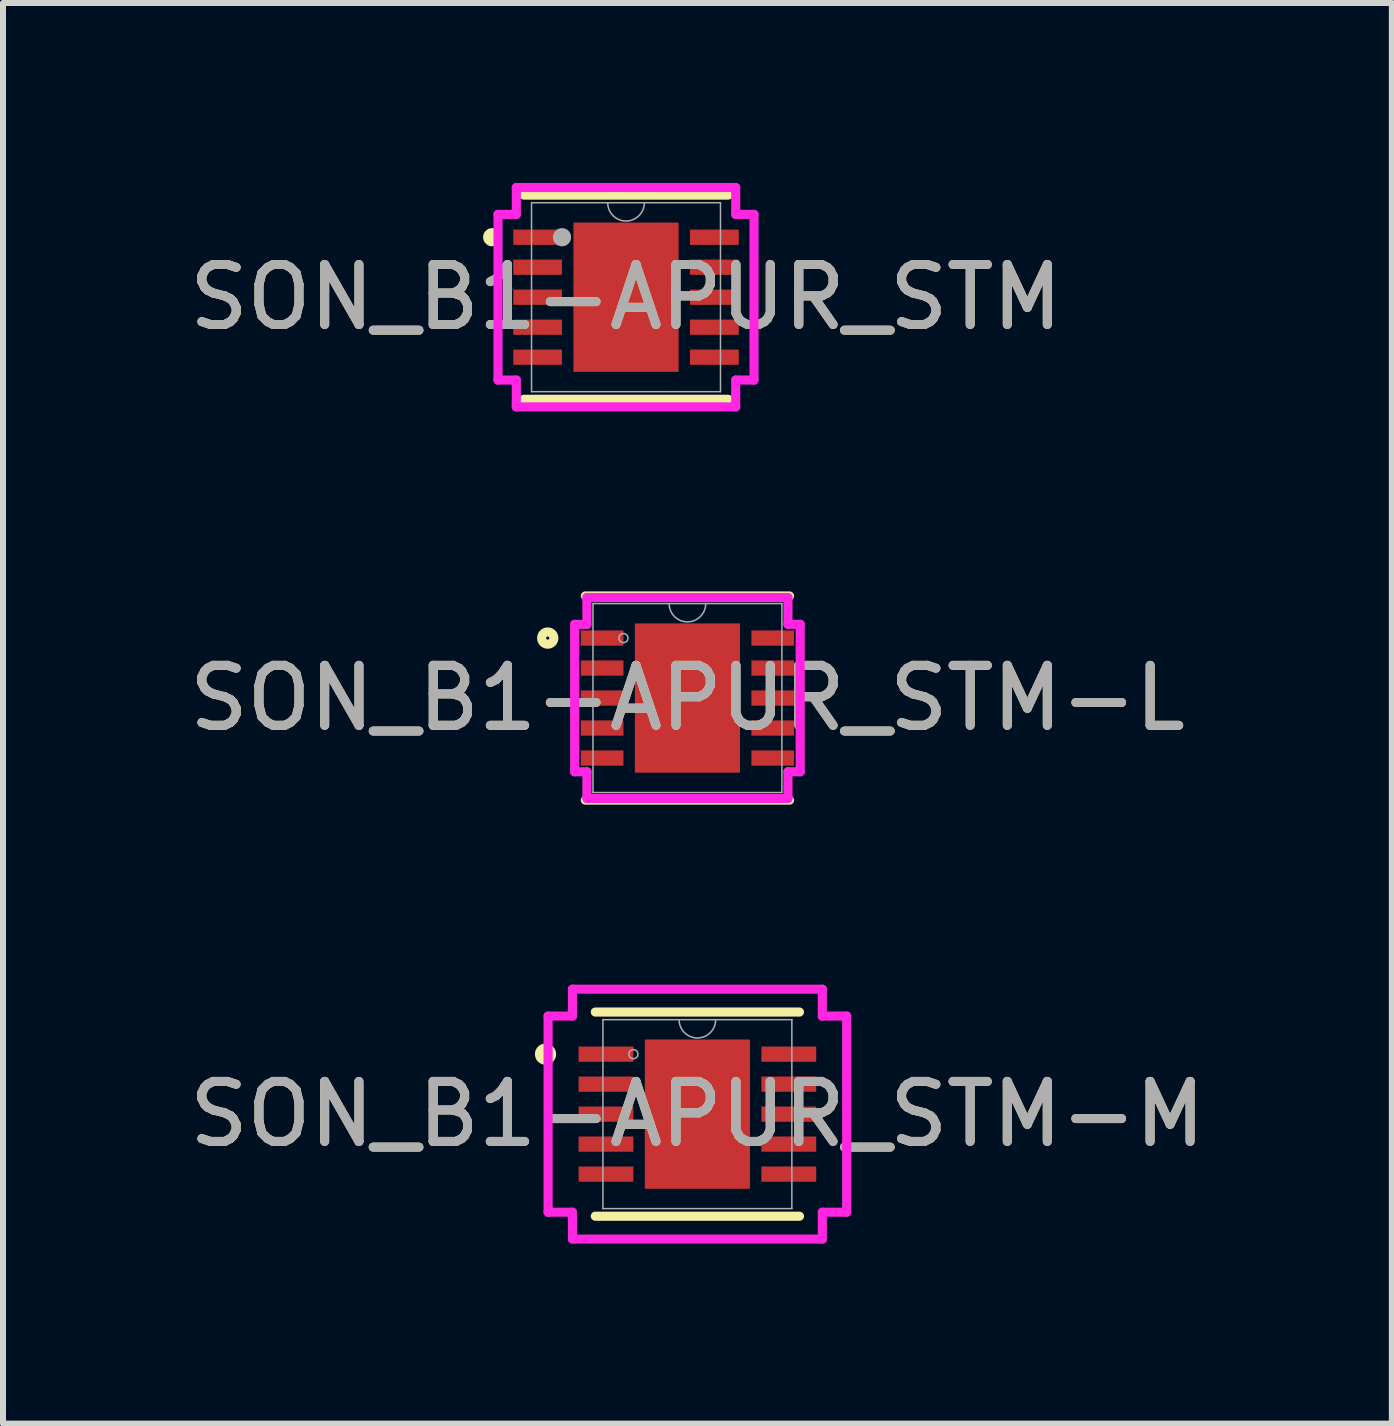
<source format=kicad_pcb>
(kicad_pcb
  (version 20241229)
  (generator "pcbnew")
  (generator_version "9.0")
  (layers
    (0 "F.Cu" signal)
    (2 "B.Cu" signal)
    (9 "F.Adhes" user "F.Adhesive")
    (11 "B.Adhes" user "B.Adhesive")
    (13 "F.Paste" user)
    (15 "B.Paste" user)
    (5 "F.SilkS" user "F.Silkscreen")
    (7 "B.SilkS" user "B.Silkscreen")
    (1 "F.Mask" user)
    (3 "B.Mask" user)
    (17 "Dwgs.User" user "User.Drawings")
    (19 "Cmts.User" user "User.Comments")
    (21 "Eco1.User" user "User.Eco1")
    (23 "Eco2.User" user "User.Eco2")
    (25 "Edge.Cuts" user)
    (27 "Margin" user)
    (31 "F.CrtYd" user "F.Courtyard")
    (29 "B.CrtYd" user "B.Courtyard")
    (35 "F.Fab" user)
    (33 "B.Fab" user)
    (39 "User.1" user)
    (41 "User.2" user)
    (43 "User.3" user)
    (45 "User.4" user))
  (footprint "SON_B1-APUR_STM-L"
    (layer "F.Cu")
    (at 8.411 8.588)
    (property "Reference" "SON_B1-APUR_STM-L" (at 0 0 0) (unlocked yes) (layer "F.SilkS") (effects (font (size 1 1) (thickness 0.15))))
    (attr smd)
    (fp_line (start -1.702 1.702) (end 1.702 1.702) (stroke (width 0.152) (type solid)) (layer "F.SilkS"))
    (fp_line (start 1.702 -1.702) (end -1.702 -1.702) (stroke (width 0.152) (type solid)) (layer "F.SilkS"))
    (fp_circle (center -2.329 -1) (end -2.227 -1) (stroke (width 0.152) (type solid)) (fill no) (layer "F.SilkS"))
    (fp_line (start -1.88 -1.229) (end -1.676 -1.229) (stroke (width 0.152) (type solid)) (layer "F.CrtYd"))
    (fp_line (start -1.88 1.229) (end -1.88 -1.229) (stroke (width 0.152) (type solid)) (layer "F.CrtYd"))
    (fp_line (start -1.88 1.229) (end -1.676 1.229) (stroke (width 0.152) (type solid)) (layer "F.CrtYd"))
    (fp_line (start -1.676 -1.676) (end 1.676 -1.676) (stroke (width 0.152) (type solid)) (layer "F.CrtYd"))
    (fp_line (start -1.676 -1.229) (end -1.676 -1.676) (stroke (width 0.152) (type solid)) (layer "F.CrtYd"))
    (fp_line (start -1.676 1.676) (end -1.676 1.229) (stroke (width 0.152) (type solid)) (layer "F.CrtYd"))
    (fp_line (start 1.676 -1.676) (end 1.676 -1.229) (stroke (width 0.152) (type solid)) (layer "F.CrtYd"))
    (fp_line (start 1.676 1.229) (end 1.676 1.676) (stroke (width 0.152) (type solid)) (layer "F.CrtYd"))
    (fp_line (start 1.676 1.676) (end -1.676 1.676) (stroke (width 0.152) (type solid)) (layer "F.CrtYd"))
    (fp_line (start 1.88 -1.229) (end 1.676 -1.229) (stroke (width 0.152) (type solid)) (layer "F.CrtYd"))
    (fp_line (start 1.88 -1.229) (end 1.88 1.229) (stroke (width 0.152) (type solid)) (layer "F.CrtYd"))
    (fp_line (start 1.88 1.229) (end 1.676 1.229) (stroke (width 0.152) (type solid)) (layer "F.CrtYd"))
    (fp_line (start -1.575 -1.575) (end -1.575 1.575) (stroke (width 0.025) (type solid)) (layer "F.Fab"))
    (fp_line (start -1.575 1.575) (end 1.575 1.575) (stroke (width 0.025) (type solid)) (layer "F.Fab"))
    (fp_line (start 1.575 -1.575) (end -1.575 -1.575) (stroke (width 0.025) (type solid)) (layer "F.Fab"))
    (fp_line (start 1.575 1.575) (end 1.575 -1.575) (stroke (width 0.025) (type solid)) (layer "F.Fab"))
    (fp_arc (start 0.3048 -1.5748) (mid 0 -1.27) (end -0.3048 -1.5748) (stroke (width 0.0254) (type solid)) (layer "F.Fab"))
    (fp_circle (center -1.067 -1) (end -0.991 -1) (stroke (width 0.025) (type solid)) (fill no) (layer "F.Fab"))
    (fp_text user "${REFERENCE}" (at 0 0 0) (unlocked yes) (layer "F.Fab") (effects (font (size 1 1) (thickness 0.15))))
    (pad "1" smd rect (at -1.422 -1) (size 0.711 0.254) (layers "F.Cu" "F.Mask" "F.Paste"))
    (pad "2" smd rect (at -1.422 -0.5) (size 0.711 0.254) (layers "F.Cu" "F.Mask" "F.Paste"))
    (pad "3" smd rect (at -1.422 0) (size 0.711 0.254) (layers "F.Cu" "F.Mask" "F.Paste"))
    (pad "4" smd rect (at -1.422 0.5) (size 0.711 0.254) (layers "F.Cu" "F.Mask" "F.Paste"))
    (pad "5" smd rect (at -1.422 1) (size 0.711 0.254) (layers "F.Cu" "F.Mask" "F.Paste"))
    (pad "6" smd rect (at 1.422 1) (size 0.711 0.254) (layers "F.Cu" "F.Mask" "F.Paste"))
    (pad "7" smd rect (at 1.422 0.5) (size 0.711 0.254) (layers "F.Cu" "F.Mask" "F.Paste"))
    (pad "8" smd rect (at 1.422 0) (size 0.711 0.254) (layers "F.Cu" "F.Mask" "F.Paste"))
    (pad "9" smd rect (at 1.422 -0.5) (size 0.711 0.254) (layers "F.Cu" "F.Mask" "F.Paste"))
    (pad "10" smd rect (at 1.422 -1) (size 0.711 0.254) (layers "F.Cu" "F.Mask" "F.Paste"))
    (pad "11" smd rect (at 0 0) (size 1.753 2.489) (layers "F.Cu" "F.Mask" "F.Paste")))
  (footprint "SON_B1-APUR_STM-M"
    (layer "F.Cu")
    (at 8.577 15.525)
    (property "Reference" "SON_B1-APUR_STM-M" (at 0 0 0) (unlocked yes) (layer "F.SilkS") (effects (font (size 1 1) (thickness 0.15))))
    (attr smd)
    (fp_line (start -1.702 1.702) (end 1.702 1.702) (stroke (width 0.152) (type solid)) (layer "F.SilkS"))
    (fp_line (start 1.702 -1.702) (end -1.702 -1.702) (stroke (width 0.152) (type solid)) (layer "F.SilkS"))
    (fp_circle (center -2.532 -1) (end -2.431 -1) (stroke (width 0.152) (type solid)) (fill no) (layer "F.SilkS"))
    (fp_line (start -2.489 -1.635) (end -2.083 -1.635) (stroke (width 0.152) (type solid)) (layer "F.CrtYd"))
    (fp_line (start -2.489 1.635) (end -2.489 -1.635) (stroke (width 0.152) (type solid)) (layer "F.CrtYd"))
    (fp_line (start -2.489 1.635) (end -2.083 1.635) (stroke (width 0.152) (type solid)) (layer "F.CrtYd"))
    (fp_line (start -2.083 -2.083) (end 2.083 -2.083) (stroke (width 0.152) (type solid)) (layer "F.CrtYd"))
    (fp_line (start -2.083 -1.635) (end -2.083 -2.083) (stroke (width 0.152) (type solid)) (layer "F.CrtYd"))
    (fp_line (start -2.083 2.083) (end -2.083 1.635) (stroke (width 0.152) (type solid)) (layer "F.CrtYd"))
    (fp_line (start 2.083 -2.083) (end 2.083 -1.635) (stroke (width 0.152) (type solid)) (layer "F.CrtYd"))
    (fp_line (start 2.083 1.635) (end 2.083 2.083) (stroke (width 0.152) (type solid)) (layer "F.CrtYd"))
    (fp_line (start 2.083 2.083) (end -2.083 2.083) (stroke (width 0.152) (type solid)) (layer "F.CrtYd"))
    (fp_line (start 2.489 -1.635) (end 2.083 -1.635) (stroke (width 0.152) (type solid)) (layer "F.CrtYd"))
    (fp_line (start 2.489 -1.635) (end 2.489 1.635) (stroke (width 0.152) (type solid)) (layer "F.CrtYd"))
    (fp_line (start 2.489 1.635) (end 2.083 1.635) (stroke (width 0.152) (type solid)) (layer "F.CrtYd"))
    (fp_line (start -1.575 -1.575) (end -1.575 1.575) (stroke (width 0.025) (type solid)) (layer "F.Fab"))
    (fp_line (start -1.575 1.575) (end 1.575 1.575) (stroke (width 0.025) (type solid)) (layer "F.Fab"))
    (fp_line (start 1.575 -1.575) (end -1.575 -1.575) (stroke (width 0.025) (type solid)) (layer "F.Fab"))
    (fp_line (start 1.575 1.575) (end 1.575 -1.575) (stroke (width 0.025) (type solid)) (layer "F.Fab"))
    (fp_arc (start 0.3048 -1.5748) (mid 0 -1.27) (end -0.3048 -1.5748) (stroke (width 0.0254) (type solid)) (layer "F.Fab"))
    (fp_circle (center -1.067 -1) (end -0.991 -1) (stroke (width 0.025) (type solid)) (fill no) (layer "F.Fab"))
    (fp_text user "${REFERENCE}" (at 0 0 0) (unlocked yes) (layer "F.Fab") (effects (font (size 1 1) (thickness 0.15))))
    (pad "1" smd rect (at -1.524 -1) (size 0.914 0.254) (layers "F.Cu" "F.Mask" "F.Paste"))
    (pad "2" smd rect (at -1.524 -0.5) (size 0.914 0.254) (layers "F.Cu" "F.Mask" "F.Paste"))
    (pad "3" smd rect (at -1.524 0) (size 0.914 0.254) (layers "F.Cu" "F.Mask" "F.Paste"))
    (pad "4" smd rect (at -1.524 0.5) (size 0.914 0.254) (layers "F.Cu" "F.Mask" "F.Paste"))
    (pad "5" smd rect (at -1.524 1) (size 0.914 0.254) (layers "F.Cu" "F.Mask" "F.Paste"))
    (pad "6" smd rect (at 1.524 1) (size 0.914 0.254) (layers "F.Cu" "F.Mask" "F.Paste"))
    (pad "7" smd rect (at 1.524 0.5) (size 0.914 0.254) (layers "F.Cu" "F.Mask" "F.Paste"))
    (pad "8" smd rect (at 1.524 0) (size 0.914 0.254) (layers "F.Cu" "F.Mask" "F.Paste"))
    (pad "9" smd rect (at 1.524 -0.5) (size 0.914 0.254) (layers "F.Cu" "F.Mask" "F.Paste"))
    (pad "10" smd rect (at 1.524 -1) (size 0.914 0.254) (layers "F.Cu" "F.Mask" "F.Paste"))
    (pad "11" smd rect (at 0 0) (size 1.753 2.489) (layers "F.Cu" "F.Mask" "F.Paste")))
  (footprint "SON_B1-APUR_STM"
    (layer "F.Cu")
    (at 7.387 1.905)
    (property "Reference" "SON_B1-APUR_STM" (at 0 0 0) (unlocked yes) (layer "F.SilkS") (effects (font (size 1 1) (thickness 0.15))))
    (attr smd)
    (fp_line (start -1.702 1.702) (end 1.702 1.702) (stroke (width 0.152) (type solid)) (layer "F.SilkS"))
    (fp_line (start 1.702 -1.702) (end -1.702 -1.702) (stroke (width 0.152) (type solid)) (layer "F.SilkS"))
    (fp_arc (start -2.21234 -0.926439) (mid -2.307463 -1.000252) (end -2.21234 -1.074065) (stroke (width 0.1524) (type solid)) (layer "F.SilkS"))
    (fp_line (start -2.134 -1.381) (end -1.829 -1.381) (stroke (width 0.152) (type solid)) (layer "F.CrtYd"))
    (fp_line (start -2.134 1.381) (end -2.134 -1.381) (stroke (width 0.152) (type solid)) (layer "F.CrtYd"))
    (fp_line (start -2.134 1.381) (end -1.829 1.381) (stroke (width 0.152) (type solid)) (layer "F.CrtYd"))
    (fp_line (start -1.829 -1.829) (end 1.829 -1.829) (stroke (width 0.152) (type solid)) (layer "F.CrtYd"))
    (fp_line (start -1.829 -1.381) (end -1.829 -1.829) (stroke (width 0.152) (type solid)) (layer "F.CrtYd"))
    (fp_line (start -1.829 1.829) (end -1.829 1.381) (stroke (width 0.152) (type solid)) (layer "F.CrtYd"))
    (fp_line (start 1.829 -1.829) (end 1.829 -1.381) (stroke (width 0.152) (type solid)) (layer "F.CrtYd"))
    (fp_line (start 1.829 1.381) (end 1.829 1.829) (stroke (width 0.152) (type solid)) (layer "F.CrtYd"))
    (fp_line (start 1.829 1.829) (end -1.829 1.829) (stroke (width 0.152) (type solid)) (layer "F.CrtYd"))
    (fp_line (start 2.134 -1.381) (end 1.829 -1.381) (stroke (width 0.152) (type solid)) (layer "F.CrtYd"))
    (fp_line (start 2.134 -1.381) (end 2.134 1.381) (stroke (width 0.152) (type solid)) (layer "F.CrtYd"))
    (fp_line (start 2.134 1.381) (end 1.829 1.381) (stroke (width 0.152) (type solid)) (layer "F.CrtYd"))
    (fp_line (start -1.575 -1.575) (end -1.575 1.575) (stroke (width 0.025) (type solid)) (layer "F.Fab"))
    (fp_line (start -1.575 1.575) (end 1.575 1.575) (stroke (width 0.025) (type solid)) (layer "F.Fab"))
    (fp_line (start 1.575 -1.575) (end -1.575 -1.575) (stroke (width 0.025) (type solid)) (layer "F.Fab"))
    (fp_line (start 1.575 1.575) (end 1.575 -1.575) (stroke (width 0.025) (type solid)) (layer "F.Fab"))
    (fp_arc (start 0.3048 -1.5748) (mid 0 -1.27) (end -0.3048 -1.5748) (stroke (width 0.0254) (type solid)) (layer "F.Fab"))
    (fp_circle (center -1.067 -1) (end -0.991 -1) (stroke (width 0.152) (type solid)) (fill no) (layer "F.Fab"))
    (fp_text user "${REFERENCE}" (at 0 0 0) (unlocked yes) (layer "F.Fab") (effects (font (size 1 1) (thickness 0.15))))
    (pad "1" smd rect (at -1.473 -1) (size 0.813 0.254) (layers "F.Cu" "F.Mask" "F.Paste"))
    (pad "2" smd rect (at -1.473 -0.5) (size 0.813 0.254) (layers "F.Cu" "F.Mask" "F.Paste"))
    (pad "3" smd rect (at -1.473 0) (size 0.813 0.254) (layers "F.Cu" "F.Mask" "F.Paste"))
    (pad "4" smd rect (at -1.473 0.5) (size 0.813 0.254) (layers "F.Cu" "F.Mask" "F.Paste"))
    (pad "5" smd rect (at -1.473 1) (size 0.813 0.254) (layers "F.Cu" "F.Mask" "F.Paste"))
    (pad "6" smd rect (at 1.473 1) (size 0.813 0.254) (layers "F.Cu" "F.Mask" "F.Paste"))
    (pad "7" smd rect (at 1.473 0.5) (size 0.813 0.254) (layers "F.Cu" "F.Mask" "F.Paste"))
    (pad "8" smd rect (at 1.473 0) (size 0.813 0.254) (layers "F.Cu" "F.Mask" "F.Paste"))
    (pad "9" smd rect (at 1.473 -0.5) (size 0.813 0.254) (layers "F.Cu" "F.Mask" "F.Paste"))
    (pad "10" smd rect (at 1.473 -1) (size 0.813 0.254) (layers "F.Cu" "F.Mask" "F.Paste"))
    (pad "11" smd rect (at 0 0) (size 1.753 2.489) (layers "F.Cu" "F.Mask" "F.Paste")))
  (gr_rect
    (start -3 -3)
    (end 20.155 20.684)
    (stroke (width 0.1) (type default))
    (fill no)
    (layer "Edge.Cuts")))
</source>
